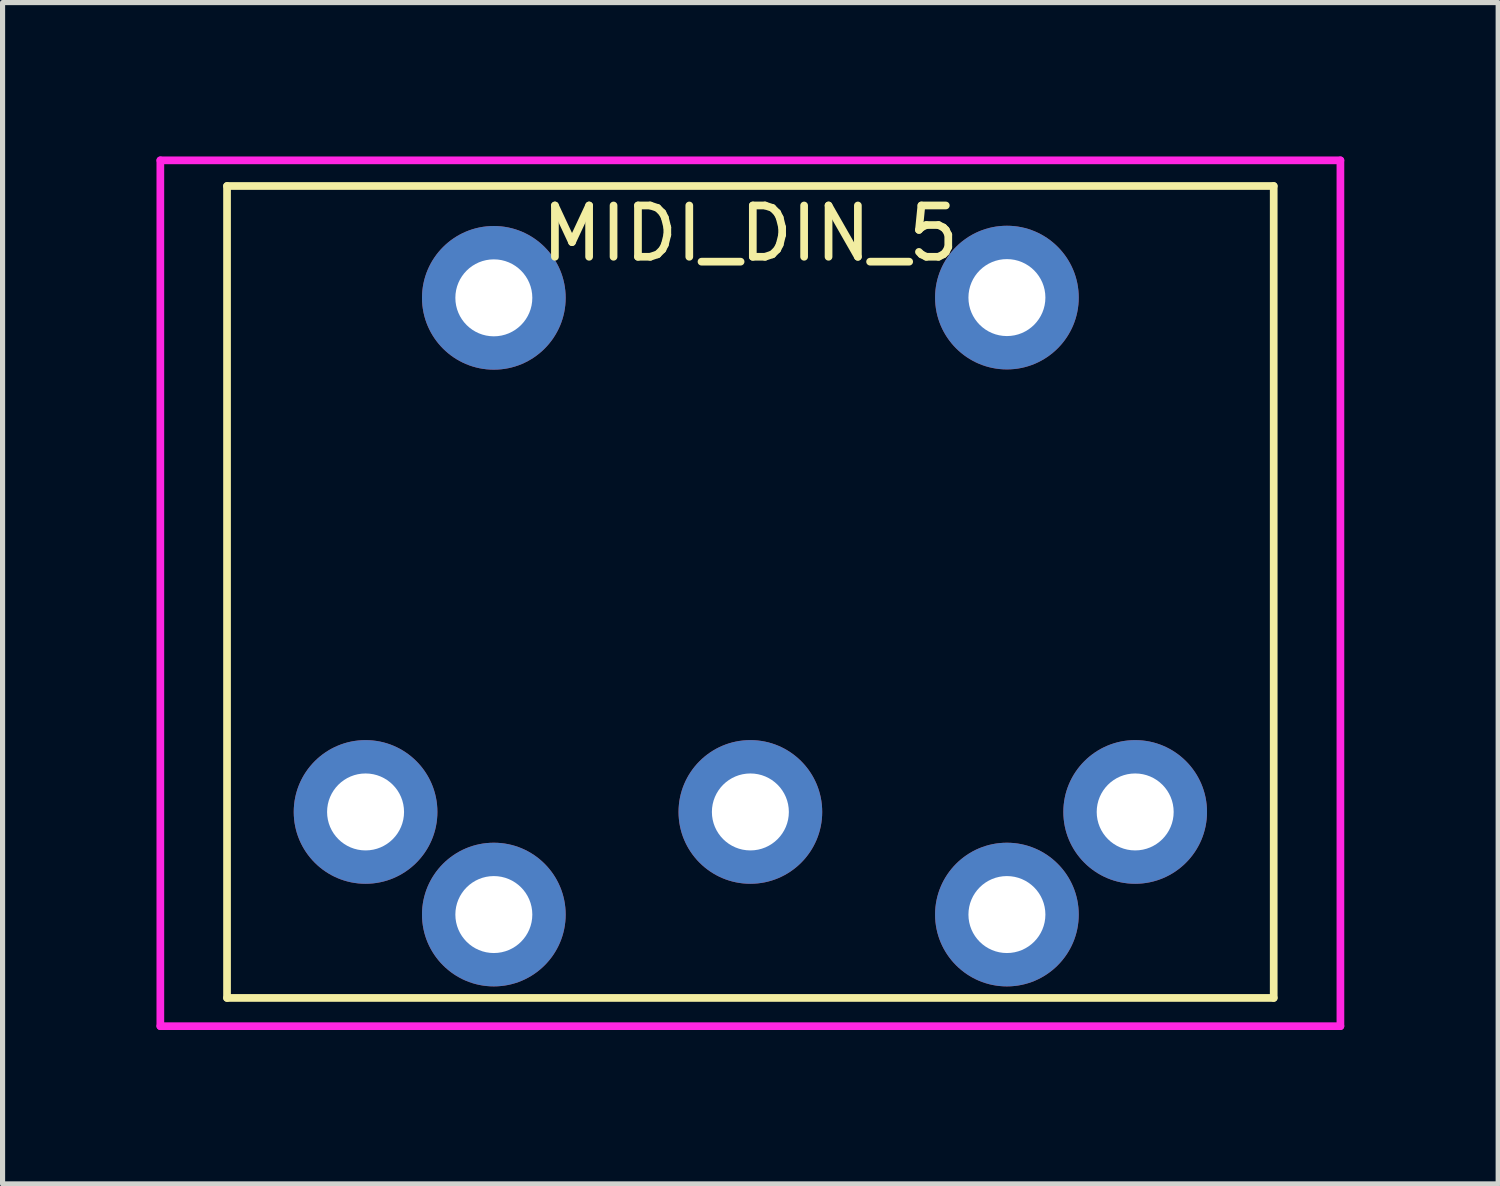
<source format=kicad_pcb>
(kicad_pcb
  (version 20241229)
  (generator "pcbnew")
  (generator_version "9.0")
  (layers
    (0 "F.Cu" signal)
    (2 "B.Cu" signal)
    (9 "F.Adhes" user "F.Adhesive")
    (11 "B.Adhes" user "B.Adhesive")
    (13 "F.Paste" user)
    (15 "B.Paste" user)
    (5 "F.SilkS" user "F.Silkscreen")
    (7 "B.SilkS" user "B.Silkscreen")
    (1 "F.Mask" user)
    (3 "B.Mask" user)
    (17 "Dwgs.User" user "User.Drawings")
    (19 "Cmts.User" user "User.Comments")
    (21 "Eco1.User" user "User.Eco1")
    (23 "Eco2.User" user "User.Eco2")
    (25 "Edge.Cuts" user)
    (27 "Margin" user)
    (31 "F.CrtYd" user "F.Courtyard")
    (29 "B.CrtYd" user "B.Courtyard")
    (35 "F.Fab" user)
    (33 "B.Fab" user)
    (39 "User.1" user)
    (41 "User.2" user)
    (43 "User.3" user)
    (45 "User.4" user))
  (footprint "MIDI_DIN_5"
    (layer "F.Cu")
    (at 11.575 0.575)
    (property "Reference" "MIDI_DIN_5" (at 0 0.925 0) (layer "F.SilkS") (effects (font (size 1 1) (thickness 0.15))))
    (attr through_hole)
    (fp_line (start -10.2 0) (end 10.2 0) (stroke (width 0.15) (type solid)) (layer "F.SilkS"))
    (fp_line (start -10.2 15.825) (end -10.2 0) (stroke (width 0.15) (type solid)) (layer "F.SilkS"))
    (fp_line (start 10.2 0) (end 10.2 15.825) (stroke (width 0.15) (type solid)) (layer "F.SilkS"))
    (fp_line (start 10.2 15.825) (end -10.2 15.825) (stroke (width 0.15) (type solid)) (layer "F.SilkS"))
    (fp_line (start -11.5 -0.5) (end -11.5 16.375) (stroke (width 0.15) (type solid)) (layer "F.CrtYd"))
    (fp_line (start -11.5 -0.5) (end 11.5 -0.5) (stroke (width 0.15) (type solid)) (layer "F.CrtYd"))
    (fp_line (start -11.5 16.375) (end 11.5 16.375) (stroke (width 0.15) (type solid)) (layer "F.CrtYd"))
    (fp_line (start 11.5 -0.5) (end 11.5 16.375) (stroke (width 0.15) (type solid)) (layer "F.CrtYd"))
    (pad "0" thru_hole circle (at -5 2.18) (size 2.8 2.8) (drill 1.5) (layers "*.Cu" "*.Mask"))
    (pad "0" thru_hole circle (at 5 2.175) (size 2.8 2.8) (drill 1.5) (layers "*.Cu" "*.Mask"))
    (pad "1" thru_hole circle (at -7.5 12.2) (size 2.8 2.8) (drill 1.5) (layers "*.Cu" "*.Mask"))
    (pad "2" thru_hole circle (at 0 12.2) (size 2.8 2.8) (drill 1.5) (layers "*.Cu" "*.Mask"))
    (pad "3" thru_hole circle (at 7.5 12.2) (size 2.8 2.8) (drill 1.5) (layers "*.Cu" "*.Mask"))
    (pad "4" thru_hole circle (at -5 14.2) (size 2.8 2.8) (drill 1.5) (layers "*.Cu" "*.Mask"))
    (pad "5" thru_hole circle (at 5 14.2) (size 2.8 2.8) (drill 1.5) (layers "*.Cu" "*.Mask")))
  (gr_rect
    (start -3 -3)
    (end 26.15 20.025)
    (stroke (width 0.1) (type default))
    (fill no)
    (layer "Edge.Cuts")))
</source>
